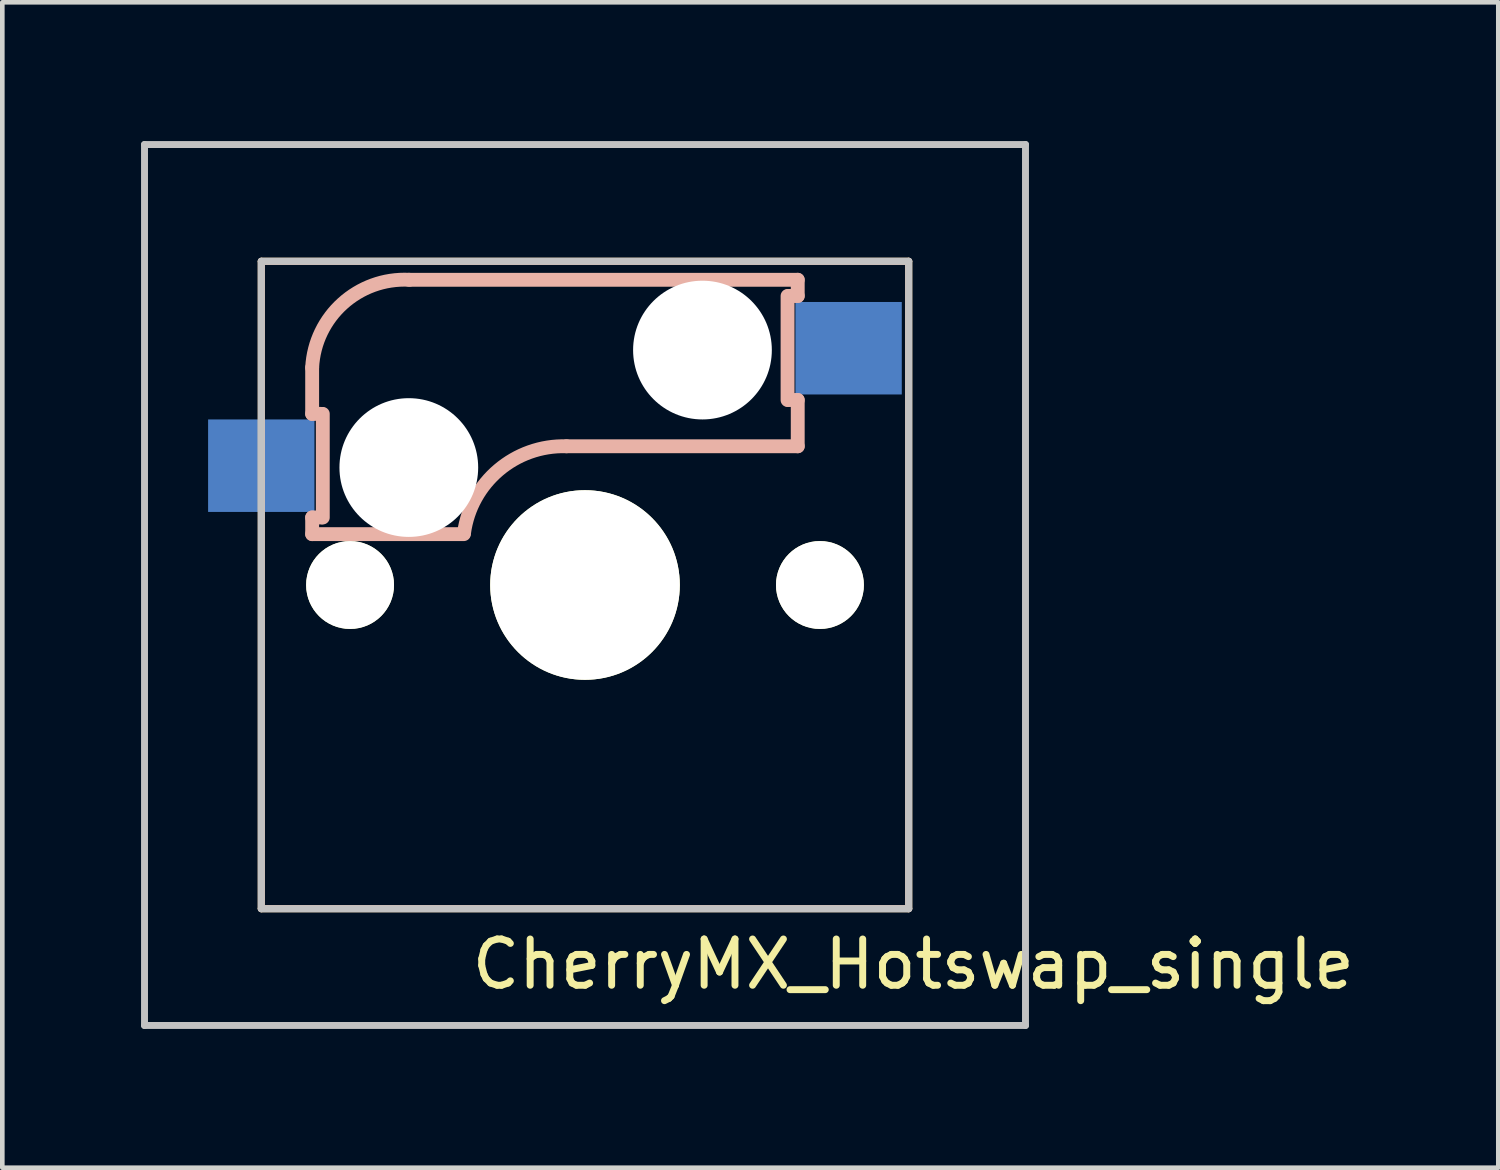
<source format=kicad_pcb>
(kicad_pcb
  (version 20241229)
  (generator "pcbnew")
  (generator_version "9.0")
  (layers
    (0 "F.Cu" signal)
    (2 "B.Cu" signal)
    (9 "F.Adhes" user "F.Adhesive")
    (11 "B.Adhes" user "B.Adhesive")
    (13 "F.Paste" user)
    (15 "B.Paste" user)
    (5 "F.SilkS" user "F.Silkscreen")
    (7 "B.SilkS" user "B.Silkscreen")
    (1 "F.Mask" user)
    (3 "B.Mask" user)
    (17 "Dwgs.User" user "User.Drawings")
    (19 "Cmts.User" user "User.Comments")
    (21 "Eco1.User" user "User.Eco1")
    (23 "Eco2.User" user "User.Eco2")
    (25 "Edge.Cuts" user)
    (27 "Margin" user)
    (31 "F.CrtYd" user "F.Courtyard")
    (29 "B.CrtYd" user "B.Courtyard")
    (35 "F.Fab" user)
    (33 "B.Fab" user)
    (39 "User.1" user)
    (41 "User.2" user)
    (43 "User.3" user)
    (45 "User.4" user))
  (footprint "CherryMX_Hotswap_single"
    (layer "F.Cu")
    (at 9.6 9.6)
    (property "Reference" "CherryMX_Hotswap_single" (at 7.1 8.2 0) (layer "F.SilkS") (effects (font (size 1 1) (thickness 0.15))))
    (attr through_hole)
    (fp_line (start -7 -7) (end 7 -7) (stroke (width 0.15) (type solid)) (layer "F.SilkS"))
    (fp_line (start -7 7) (end -7 -7) (stroke (width 0.15) (type solid)) (layer "F.SilkS"))
    (fp_line (start 7 -7) (end 7 7) (stroke (width 0.15) (type solid)) (layer "F.SilkS"))
    (fp_line (start 7 7) (end -7 7) (stroke (width 0.15) (type solid)) (layer "F.SilkS"))
    (fp_line (start -7 -7) (end 7 -7) (stroke (width 0.15) (type solid)) (layer "B.SilkS"))
    (fp_line (start -7 7) (end -7 -7) (stroke (width 0.15) (type solid)) (layer "B.SilkS"))
    (fp_line (start -5.9 -4.7) (end -5.9 -3.7) (stroke (width 0.3) (type solid)) (layer "B.SilkS"))
    (fp_line (start -5.9 -3.7) (end -5.7 -3.7) (stroke (width 0.3) (type solid)) (layer "B.SilkS"))
    (fp_line (start -5.9 -1.1) (end -5.9 -1.46) (stroke (width 0.3) (type solid)) (layer "B.SilkS"))
    (fp_line (start -5.9 -1.1) (end -2.62 -1.1) (stroke (width 0.3) (type solid)) (layer "B.SilkS"))
    (fp_line (start -5.7 -1.46) (end -5.9 -1.46) (stroke (width 0.3) (type solid)) (layer "B.SilkS"))
    (fp_line (start -5.67 -3.7) (end -5.67 -1.46) (stroke (width 0.3) (type solid)) (layer "B.SilkS"))
    (fp_line (start -0.4 -3) (end 4.6 -3) (stroke (width 0.3) (type solid)) (layer "B.SilkS"))
    (fp_line (start 4.38 -4) (end 4.38 -6.25) (stroke (width 0.3) (type solid)) (layer "B.SilkS"))
    (fp_line (start 4.4 -6.25) (end 4.6 -6.25) (stroke (width 0.3) (type solid)) (layer "B.SilkS"))
    (fp_line (start 4.6 -6.6) (end -3.8 -6.6) (stroke (width 0.3) (type solid)) (layer "B.SilkS"))
    (fp_line (start 4.6 -6.25) (end 4.6 -6.6) (stroke (width 0.3) (type solid)) (layer "B.SilkS"))
    (fp_line (start 4.6 -4) (end 4.4 -4) (stroke (width 0.3) (type solid)) (layer "B.SilkS"))
    (fp_line (start 4.6 -3) (end 4.6 -4) (stroke (width 0.3) (type solid)) (layer "B.SilkS"))
    (fp_line (start 7 -7) (end 7 7) (stroke (width 0.15) (type solid)) (layer "B.SilkS"))
    (fp_line (start 7 7) (end -7 7) (stroke (width 0.15) (type solid)) (layer "B.SilkS"))
    (fp_arc (start -5.9 -4.699999) (mid -5.243504 -6.084924) (end -3.800001 -6.6) (stroke (width 0.3) (type solid)) (layer "B.SilkS"))
    (fp_arc (start -2.616318 -1.121471) (mid -1.868709 -2.486118) (end -0.4 -3) (stroke (width 0.3) (type solid)) (layer "B.SilkS"))
    (fp_line (start -9.525 -9.525) (end 9.525 -9.525) (stroke (width 0.15) (type solid)) (layer "Dwgs.User"))
    (fp_line (start -9.525 9.525) (end -9.525 -9.525) (stroke (width 0.15) (type solid)) (layer "Dwgs.User"))
    (fp_line (start -7 7) (end -7 -7) (stroke (width 0.15) (type solid)) (layer "Dwgs.User"))
    (fp_line (start -7 7) (end 7 7) (stroke (width 0.15) (type solid)) (layer "Dwgs.User"))
    (fp_line (start 7 -7) (end -7 -7) (stroke (width 0.15) (type solid)) (layer "Dwgs.User"))
    (fp_line (start 7 7) (end 7 -7) (stroke (width 0.15) (type solid)) (layer "Dwgs.User"))
    (fp_line (start 9.525 -9.525) (end 9.525 9.525) (stroke (width 0.15) (type solid)) (layer "Dwgs.User"))
    (fp_line (start 9.525 9.525) (end -9.525 9.525) (stroke (width 0.15) (type solid)) (layer "Dwgs.User"))
    (pad "" np_thru_hole circle (at -5.08 0) (size 1.9 1.9) (drill 1.9) (layers "*.Cu" "*.Mask" "F.SilkS"))
    (pad "" np_thru_hole circle (at -3.81 -2.54 180) (size 3 3) (drill 3) (layers "*.Cu" "*.Mask"))
    (pad "" np_thru_hole circle (at 0 0 90) (size 4.1 4.1) (drill 4.1) (layers "*.Cu" "*.Mask" "F.SilkS"))
    (pad "" np_thru_hole circle (at 2.54 -5.08 180) (size 3 3) (drill 3) (layers "*.Cu" "*.Mask"))
    (pad "" np_thru_hole circle (at 5.08 0) (size 1.9 1.9) (drill 1.9) (layers "*.Cu" "*.Mask" "F.SilkS"))
    (pad "1" smd rect (at -7 -2.58 180) (size 2.3 2) (layers "B.Cu" "B.Mask" "B.Paste"))
    (pad "2" smd rect (at 5.7 -5.12 180) (size 2.3 2) (layers "B.Cu" "B.Mask" "B.Paste")))
  (gr_rect
    (start -3 -3)
    (end 29.349 22.2)
    (stroke (width 0.1) (type default))
    (fill no)
    (layer "Edge.Cuts")))
</source>
